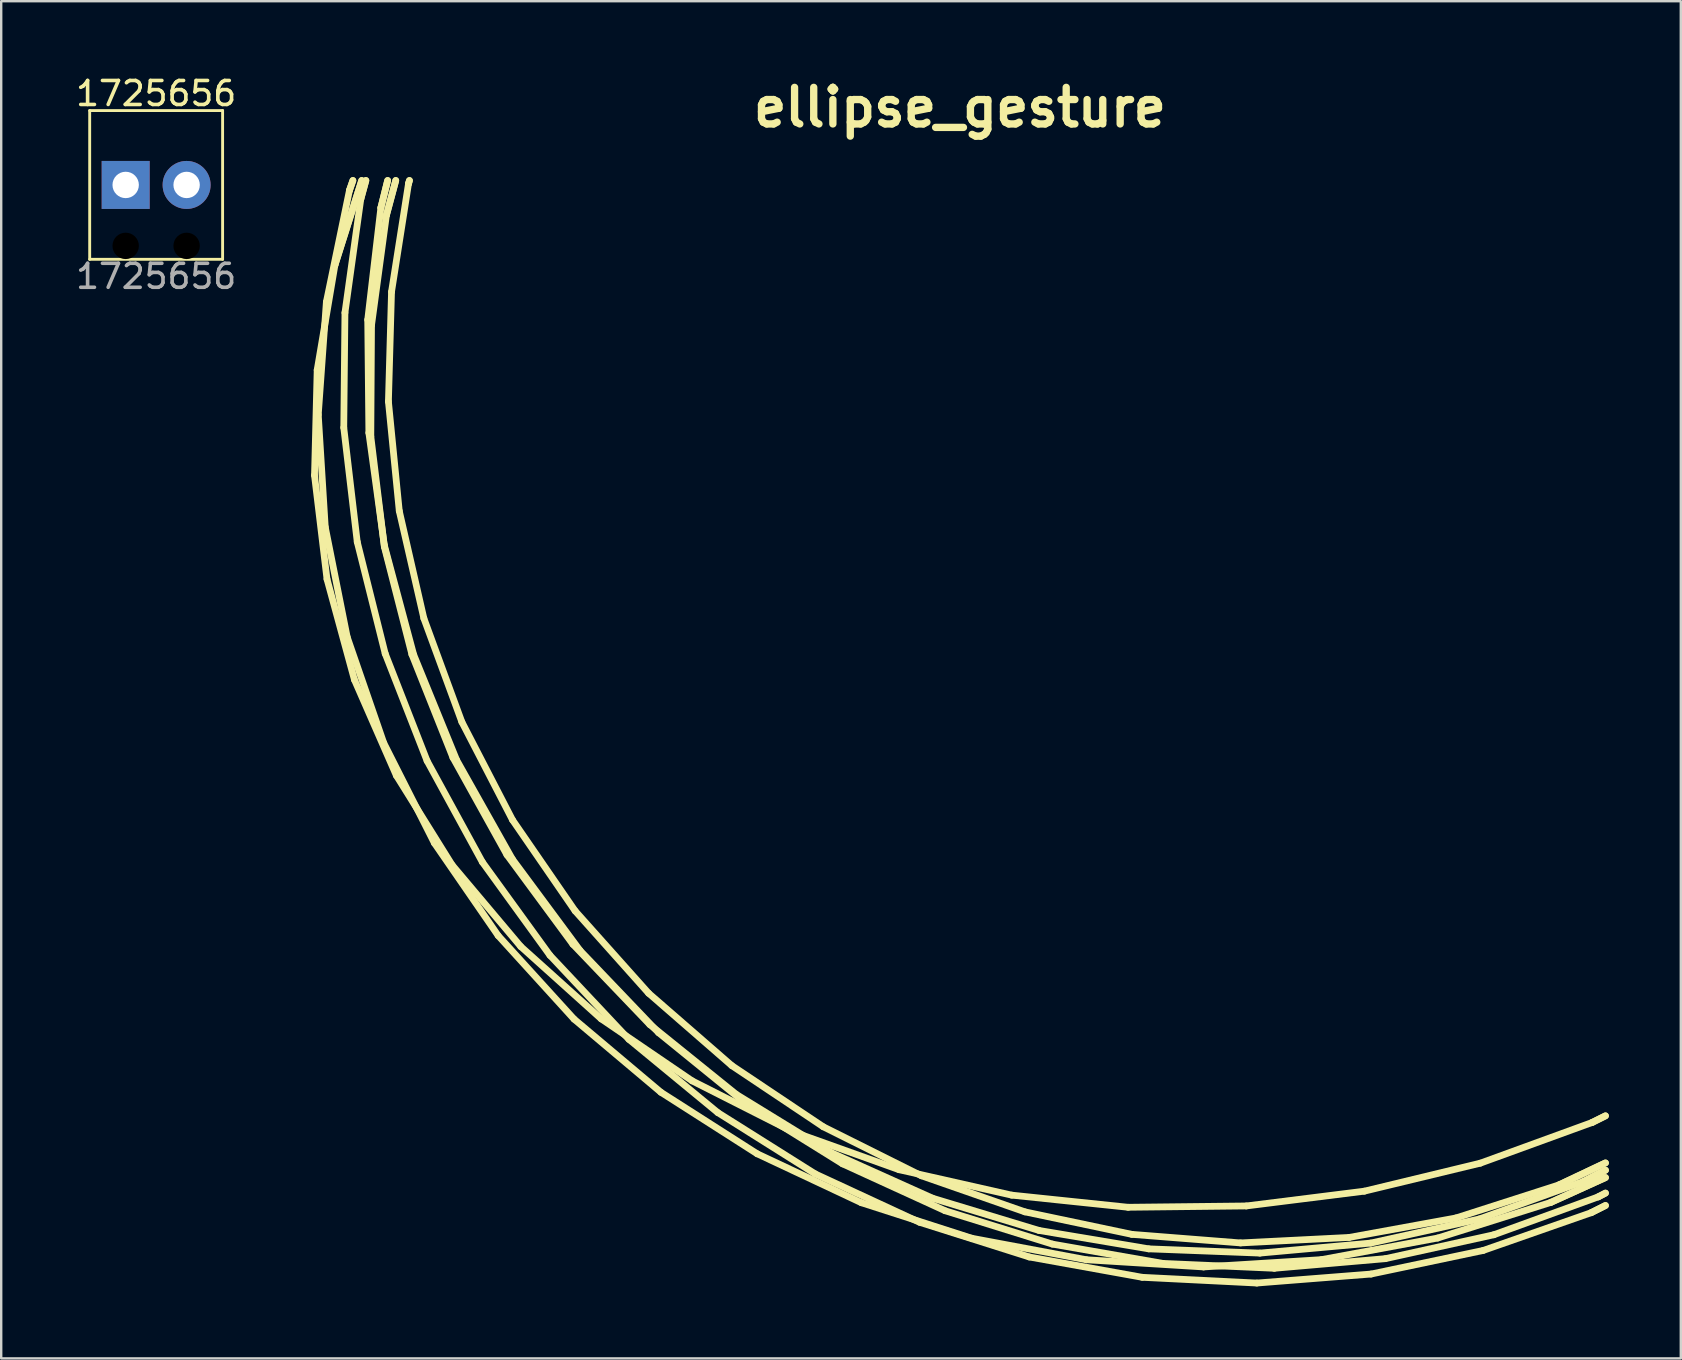
<source format=kicad_pcb>
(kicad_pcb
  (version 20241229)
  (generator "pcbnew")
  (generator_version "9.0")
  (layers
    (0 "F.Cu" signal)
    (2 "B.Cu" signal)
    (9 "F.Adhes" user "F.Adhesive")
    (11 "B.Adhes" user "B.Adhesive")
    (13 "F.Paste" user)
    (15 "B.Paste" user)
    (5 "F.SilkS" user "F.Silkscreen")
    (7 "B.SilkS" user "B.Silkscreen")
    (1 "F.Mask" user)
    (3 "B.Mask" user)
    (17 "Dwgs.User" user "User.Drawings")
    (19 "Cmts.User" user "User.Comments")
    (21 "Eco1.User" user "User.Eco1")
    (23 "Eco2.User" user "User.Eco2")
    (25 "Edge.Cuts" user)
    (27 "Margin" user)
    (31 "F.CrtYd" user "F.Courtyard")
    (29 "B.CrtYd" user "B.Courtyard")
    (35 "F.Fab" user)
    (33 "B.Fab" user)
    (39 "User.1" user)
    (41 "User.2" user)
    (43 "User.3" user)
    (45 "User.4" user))
  (footprint "1725656"
    (layer "F.Cu")
    (at 3.458 4.658)
    (property "Reference" "1725656" (at 0 -3.81 0) (unlocked yes) (layer "F.SilkS") (effects (font (size 1 1) (thickness 0.15))))
    (attr through_hole)
    (fp_line (start -2.77 -3.1) (end 2.77 -3.1) (stroke (width 0.12) (type solid)) (layer "F.SilkS"))
    (fp_line (start -2.77 3.1) (end -2.77 -3.1) (stroke (width 0.12) (type solid)) (layer "F.SilkS"))
    (fp_line (start 2.77 -3.1) (end 2.77 3.1) (stroke (width 0.12) (type solid)) (layer "F.SilkS"))
    (fp_line (start 2.77 3.1) (end -2.77 3.1) (stroke (width 0.12) (type solid)) (layer "F.SilkS"))
    (fp_text user "${REFERENCE}" (at 0 3.81 0) (unlocked yes) (layer "F.Fab") (effects (font (size 1 1) (thickness 0.15))))
    (pad "" np_thru_hole circle (at -1.27 2.54) (size 1.1 1.1) (drill 1.1) (layers "*.Mask"))
    (pad "" np_thru_hole circle (at 1.27 2.54) (size 1.1 1.1) (drill 1.1) (layers "*.Mask"))
    (pad "1" thru_hole rect (at -1.27 0) (size 2 2) (drill 1.1) (layers "*.Cu" "*.Mask"))
    (pad "2" thru_hole circle (at 1.27 0) (size 2 2) (drill 1.1) (layers "*.Cu" "*.Mask")))
  (footprint "ellipse_gesture"
    (layer "F.Cu")
    (at 36.961 27.45)
    (property "Reference" "ellipse_gesture" (at 0 -26.024 0) (layer "F.SilkS") (effects (font (size 1.524 1.524) (thickness 0.305))))
    (attr smd)
    (fp_line (start -26.903 -10.689) (end -26.382 -6.363) (stroke (width 0.282) (type solid)) (layer "F.SilkS"))
    (fp_line (start -26.792 -15.077) (end -26.903 -10.689) (stroke (width 0.282) (type solid)) (layer "F.SilkS"))
    (fp_line (start -26.746 -13.215) (end -26.455 -8.533) (stroke (width 0.282) (type solid)) (layer "F.SilkS"))
    (fp_line (start -26.455 -8.533) (end -25.54 -3.947) (stroke (width 0.282) (type solid)) (layer "F.SilkS"))
    (fp_line (start -26.408 -17.917) (end -26.746 -13.215) (stroke (width 0.282) (type solid)) (layer "F.SilkS"))
    (fp_line (start -26.382 -6.363) (end -25.239 -2.169) (stroke (width 0.282) (type solid)) (layer "F.SilkS"))
    (fp_line (start -26.051 -19.453) (end -26.792 -15.077) (stroke (width 0.282) (type solid)) (layer "F.SilkS"))
    (fp_line (start -26.051 -19.453) (end -24.936 -22.976) (stroke (width 0.282) (type solid)) (layer "F.SilkS"))
    (fp_line (start -25.683 -12.676) (end -25.122 -7.914) (stroke (width 0.282) (type solid)) (layer "F.SilkS"))
    (fp_line (start -25.634 -17.466) (end -25.683 -12.676) (stroke (width 0.282) (type solid)) (layer "F.SilkS"))
    (fp_line (start -25.54 -3.947) (end -24.016 0.468) (stroke (width 0.282) (type solid)) (layer "F.SilkS"))
    (fp_line (start -25.447 -22.562) (end -26.408 -17.917) (stroke (width 0.282) (type solid)) (layer "F.SilkS"))
    (fp_line (start -25.447 -22.562) (end -25.303 -22.976) (stroke (width 0.282) (type solid)) (layer "F.SilkS"))
    (fp_line (start -25.303 -22.976) (end -25.447 -22.562) (stroke (width 0.282) (type solid)) (layer "F.SilkS"))
    (fp_line (start -25.239 -2.169) (end -23.491 1.824) (stroke (width 0.282) (type solid)) (layer "F.SilkS"))
    (fp_line (start -25.122 -7.914) (end -23.957 -3.259) (stroke (width 0.282) (type solid)) (layer "F.SilkS"))
    (fp_line (start -24.973 -22.206) (end -25.634 -17.466) (stroke (width 0.282) (type solid)) (layer "F.SilkS"))
    (fp_line (start -24.973 -22.206) (end -24.762 -22.976) (stroke (width 0.282) (type solid)) (layer "F.SilkS"))
    (fp_line (start -24.936 -22.976) (end -26.051 -19.453) (stroke (width 0.282) (type solid)) (layer "F.SilkS"))
    (fp_line (start -24.762 -22.976) (end -24.973 -22.206) (stroke (width 0.282) (type solid)) (layer "F.SilkS"))
    (fp_line (start -24.685 -17.172) (end -24.637 -12.46) (stroke (width 0.282) (type solid)) (layer "F.SilkS"))
    (fp_line (start -24.637 -12.46) (end -23.994 -7.779) (stroke (width 0.282) (type solid)) (layer "F.SilkS"))
    (fp_line (start -24.556 -12.31) (end -23.992 -7.712) (stroke (width 0.282) (type solid)) (layer "F.SilkS"))
    (fp_line (start -24.527 -16.942) (end -24.556 -12.31) (stroke (width 0.282) (type solid)) (layer "F.SilkS"))
    (fp_line (start -24.137 -21.839) (end -24.685 -17.172) (stroke (width 0.282) (type solid)) (layer "F.SilkS"))
    (fp_line (start -24.137 -21.839) (end -23.854 -22.976) (stroke (width 0.282) (type solid)) (layer "F.SilkS"))
    (fp_line (start -24.016 0.468) (end -21.907 4.638) (stroke (width 0.282) (type solid)) (layer "F.SilkS"))
    (fp_line (start -23.994 -7.779) (end -22.768 -3.208) (stroke (width 0.282) (type solid)) (layer "F.SilkS"))
    (fp_line (start -23.992 -7.712) (end -22.844 -3.225) (stroke (width 0.282) (type solid)) (layer "F.SilkS"))
    (fp_line (start -23.957 -3.259) (end -22.21 1.213) (stroke (width 0.282) (type solid)) (layer "F.SilkS"))
    (fp_line (start -23.905 -21.532) (end -24.527 -16.942) (stroke (width 0.282) (type solid)) (layer "F.SilkS"))
    (fp_line (start -23.905 -21.532) (end -23.517 -22.976) (stroke (width 0.282) (type solid)) (layer "F.SilkS"))
    (fp_line (start -23.854 -22.976) (end -24.137 -21.839) (stroke (width 0.282) (type solid)) (layer "F.SilkS"))
    (fp_line (start -23.822 -13.765) (end -23.37 -9.204) (stroke (width 0.282) (type solid)) (layer "F.SilkS"))
    (fp_line (start -23.693 -18.337) (end -23.822 -13.765) (stroke (width 0.282) (type solid)) (layer "F.SilkS"))
    (fp_line (start -23.517 -22.976) (end -23.905 -21.532) (stroke (width 0.282) (type solid)) (layer "F.SilkS"))
    (fp_line (start -23.491 1.824) (end -21.167 5.551) (stroke (width 0.282) (type solid)) (layer "F.SilkS"))
    (fp_line (start -23.37 -9.204) (end -22.345 -4.728) (stroke (width 0.282) (type solid)) (layer "F.SilkS"))
    (fp_line (start -22.985 -22.844) (end -23.693 -18.337) (stroke (width 0.282) (type solid)) (layer "F.SilkS"))
    (fp_line (start -22.985 -22.844) (end -22.946 -22.976) (stroke (width 0.282) (type solid)) (layer "F.SilkS"))
    (fp_line (start -22.946 -22.976) (end -22.985 -22.844) (stroke (width 0.282) (type solid)) (layer "F.SilkS"))
    (fp_line (start -22.844 -3.225) (end -21.131 1.079) (stroke (width 0.282) (type solid)) (layer "F.SilkS"))
    (fp_line (start -22.768 -3.208) (end -20.978 1.18) (stroke (width 0.282) (type solid)) (layer "F.SilkS"))
    (fp_line (start -22.345 -4.728) (end -20.762 -0.411) (stroke (width 0.282) (type solid)) (layer "F.SilkS"))
    (fp_line (start -22.21 1.213) (end -19.908 5.428) (stroke (width 0.282) (type solid)) (layer "F.SilkS"))
    (fp_line (start -21.907 4.638) (end -19.249 8.495) (stroke (width 0.282) (type solid)) (layer "F.SilkS"))
    (fp_line (start -21.167 5.551) (end -18.306 8.95) (stroke (width 0.282) (type solid)) (layer "F.SilkS"))
    (fp_line (start -21.131 1.079) (end -18.882 5.129) (stroke (width 0.282) (type solid)) (layer "F.SilkS"))
    (fp_line (start -20.978 1.18) (end -18.654 5.311) (stroke (width 0.282) (type solid)) (layer "F.SilkS"))
    (fp_line (start -20.762 -0.411) (end -18.649 3.676) (stroke (width 0.282) (type solid)) (layer "F.SilkS"))
    (fp_line (start -19.908 5.428) (end -17.089 9.318) (stroke (width 0.282) (type solid)) (layer "F.SilkS"))
    (fp_line (start -19.249 8.495) (end -16.084 11.976) (stroke (width 0.282) (type solid)) (layer "F.SilkS"))
    (fp_line (start -18.882 5.129) (end -16.132 8.858) (stroke (width 0.282) (type solid)) (layer "F.SilkS"))
    (fp_line (start -18.654 5.311) (end -15.833 9.119) (stroke (width 0.282) (type solid)) (layer "F.SilkS"))
    (fp_line (start -18.649 3.676) (end -16.04 7.466) (stroke (width 0.282) (type solid)) (layer "F.SilkS"))
    (fp_line (start -18.306 8.95) (end -14.954 11.965) (stroke (width 0.282) (type solid)) (layer "F.SilkS"))
    (fp_line (start -17.089 9.318) (end -13.8 12.818) (stroke (width 0.282) (type solid)) (layer "F.SilkS"))
    (fp_line (start -16.132 8.858) (end -12.927 12.204) (stroke (width 0.282) (type solid)) (layer "F.SilkS"))
    (fp_line (start -16.084 11.976) (end -12.466 15.024) (stroke (width 0.282) (type solid)) (layer "F.SilkS"))
    (fp_line (start -16.04 7.466) (end -12.977 10.897) (stroke (width 0.282) (type solid)) (layer "F.SilkS"))
    (fp_line (start -15.833 9.119) (end -12.563 12.541) (stroke (width 0.282) (type solid)) (layer "F.SilkS"))
    (fp_line (start -14.954 11.965) (end -11.167 14.547) (stroke (width 0.282) (type solid)) (layer "F.SilkS"))
    (fp_line (start -13.8 12.818) (end -10.094 15.872) (stroke (width 0.282) (type solid)) (layer "F.SilkS"))
    (fp_line (start -12.977 10.897) (end -9.512 13.912) (stroke (width 0.282) (type solid)) (layer "F.SilkS"))
    (fp_line (start -12.927 12.204) (end -9.321 15.114) (stroke (width 0.282) (type solid)) (layer "F.SilkS"))
    (fp_line (start -12.563 12.541) (end -8.896 15.52) (stroke (width 0.282) (type solid)) (layer "F.SilkS"))
    (fp_line (start -12.466 15.024) (end -8.453 17.588) (stroke (width 0.282) (type solid)) (layer "F.SilkS"))
    (fp_line (start -11.167 14.547) (end -7.007 16.654) (stroke (width 0.282) (type solid)) (layer "F.SilkS"))
    (fp_line (start -10.094 15.872) (end -6.032 18.428) (stroke (width 0.282) (type solid)) (layer "F.SilkS"))
    (fp_line (start -9.512 13.912) (end -5.7 16.462) (stroke (width 0.282) (type solid)) (layer "F.SilkS"))
    (fp_line (start -9.321 15.114) (end -5.371 17.539) (stroke (width 0.282) (type solid)) (layer "F.SilkS"))
    (fp_line (start -8.896 15.52) (end -4.894 18.007) (stroke (width 0.282) (type solid)) (layer "F.SilkS"))
    (fp_line (start -8.453 17.588) (end -4.111 19.628) (stroke (width 0.282) (type solid)) (layer "F.SilkS"))
    (fp_line (start -7.007 16.654) (end -2.542 18.251) (stroke (width 0.282) (type solid)) (layer "F.SilkS"))
    (fp_line (start -6.032 18.428) (end -1.682 20.444) (stroke (width 0.282) (type solid)) (layer "F.SilkS"))
    (fp_line (start -5.7 16.462) (end -1.605 18.506) (stroke (width 0.282) (type solid)) (layer "F.SilkS"))
    (fp_line (start -5.371 17.539) (end -1.143 19.44) (stroke (width 0.282) (type solid)) (layer "F.SilkS"))
    (fp_line (start -4.894 18.007) (end -0.621 19.962) (stroke (width 0.282) (type solid)) (layer "F.SilkS"))
    (fp_line (start -4.111 19.628) (end 0.488 21.108) (stroke (width 0.282) (type solid)) (layer "F.SilkS"))
    (fp_line (start -2.542 18.251) (end 2.155 19.312) (stroke (width 0.282) (type solid)) (layer "F.SilkS"))
    (fp_line (start -1.682 20.444) (end 2.886 21.889) (stroke (width 0.282) (type solid)) (layer "F.SilkS"))
    (fp_line (start -1.605 18.506) (end 2.707 20.009) (stroke (width 0.282) (type solid)) (layer "F.SilkS"))
    (fp_line (start -1.143 19.44) (end 3.293 20.784) (stroke (width 0.282) (type solid)) (layer "F.SilkS"))
    (fp_line (start -0.621 19.962) (end 3.852 21.353) (stroke (width 0.282) (type solid)) (layer "F.SilkS"))
    (fp_line (start 0.488 21.108) (end 5.269 22.005) (stroke (width 0.282) (type solid)) (layer "F.SilkS"))
    (fp_line (start 2.155 19.312) (end 7.006 19.818) (stroke (width 0.282) (type solid)) (layer "F.SilkS"))
    (fp_line (start 2.707 20.009) (end 7.163 20.947) (stroke (width 0.282) (type solid)) (layer "F.SilkS"))
    (fp_line (start 2.886 21.889) (end 7.596 22.737) (stroke (width 0.282) (type solid)) (layer "F.SilkS"))
    (fp_line (start 3.293 20.784) (end 7.866 21.551) (stroke (width 0.282) (type solid)) (layer "F.SilkS"))
    (fp_line (start 3.852 21.353) (end 8.452 22.157) (stroke (width 0.282) (type solid)) (layer "F.SilkS"))
    (fp_line (start 5.269 22.005) (end 10.153 22.305) (stroke (width 0.282) (type solid)) (layer "F.SilkS"))
    (fp_line (start 7.006 19.818) (end 11.932 19.763) (stroke (width 0.282) (type solid)) (layer "F.SilkS"))
    (fp_line (start 7.163 20.947) (end 11.693 21.304) (stroke (width 0.282) (type solid)) (layer "F.SilkS"))
    (fp_line (start 7.596 22.737) (end 12.372 22.976) (stroke (width 0.282) (type solid)) (layer "F.SilkS"))
    (fp_line (start 7.866 21.551) (end 12.499 21.728) (stroke (width 0.282) (type solid)) (layer "F.SilkS"))
    (fp_line (start 8.452 22.157) (end 13.102 22.361) (stroke (width 0.282) (type solid)) (layer "F.SilkS"))
    (fp_line (start 10.153 22.305) (end 15.061 22.001) (stroke (width 0.282) (type solid)) (layer "F.SilkS"))
    (fp_line (start 11.693 21.304) (end 16.22 21.075) (stroke (width 0.282) (type solid)) (layer "F.SilkS"))
    (fp_line (start 11.932 19.763) (end 16.853 19.147) (stroke (width 0.282) (type solid)) (layer "F.SilkS"))
    (fp_line (start 12.372 22.976) (end 17.134 22.601) (stroke (width 0.282) (type solid)) (layer "F.SilkS"))
    (fp_line (start 12.499 21.728) (end 17.116 21.311) (stroke (width 0.282) (type solid)) (layer "F.SilkS"))
    (fp_line (start 13.102 22.361) (end 17.728 21.96) (stroke (width 0.282) (type solid)) (layer "F.SilkS"))
    (fp_line (start 15.061 22.001) (end 19.911 21.1) (stroke (width 0.282) (type solid)) (layer "F.SilkS"))
    (fp_line (start 16.22 21.075) (end 20.67 20.264) (stroke (width 0.282) (type solid)) (layer "F.SilkS"))
    (fp_line (start 16.853 19.147) (end 21.686 17.98) (stroke (width 0.282) (type solid)) (layer "F.SilkS"))
    (fp_line (start 17.116 21.311) (end 21.643 20.307) (stroke (width 0.282) (type solid)) (layer "F.SilkS"))
    (fp_line (start 17.134 22.601) (end 21.805 21.618) (stroke (width 0.282) (type solid)) (layer "F.SilkS"))
    (fp_line (start 17.728 21.96) (end 22.252 20.963) (stroke (width 0.282) (type solid)) (layer "F.SilkS"))
    (fp_line (start 19.911 21.1) (end 24.624 19.615) (stroke (width 0.282) (type solid)) (layer "F.SilkS"))
    (fp_line (start 20.67 20.264) (end 24.971 18.883) (stroke (width 0.282) (type solid)) (layer "F.SilkS"))
    (fp_line (start 21.643 20.307) (end 26.004 18.734) (stroke (width 0.282) (type solid)) (layer "F.SilkS"))
    (fp_line (start 21.686 17.98) (end 26.353 16.281) (stroke (width 0.282) (type solid)) (layer "F.SilkS"))
    (fp_line (start 21.805 21.618) (end 26.308 20.043) (stroke (width 0.282) (type solid)) (layer "F.SilkS"))
    (fp_line (start 22.252 20.963) (end 26.601 19.384) (stroke (width 0.282) (type solid)) (layer "F.SilkS"))
    (fp_line (start 24.624 19.615) (end 26.903 18.58) (stroke (width 0.282) (type solid)) (layer "F.SilkS"))
    (fp_line (start 24.971 18.883) (end 26.903 17.97) (stroke (width 0.282) (type solid)) (layer "F.SilkS"))
    (fp_line (start 26.004 18.734) (end 26.903 18.272) (stroke (width 0.282) (type solid)) (layer "F.SilkS"))
    (fp_line (start 26.308 20.043) (end 26.903 19.744) (stroke (width 0.282) (type solid)) (layer "F.SilkS"))
    (fp_line (start 26.353 16.281) (end 26.903 16.007) (stroke (width 0.282) (type solid)) (layer "F.SilkS"))
    (fp_line (start 26.601 19.384) (end 26.903 19.227) (stroke (width 0.282) (type solid)) (layer "F.SilkS"))
    (fp_line (start 26.903 16.007) (end 26.353 16.281) (stroke (width 0.282) (type solid)) (layer "F.SilkS"))
    (fp_line (start 26.903 17.97) (end 24.971 18.883) (stroke (width 0.282) (type solid)) (layer "F.SilkS"))
    (fp_line (start 26.903 18.272) (end 26.004 18.734) (stroke (width 0.282) (type solid)) (layer "F.SilkS"))
    (fp_line (start 26.903 18.58) (end 24.624 19.615) (stroke (width 0.282) (type solid)) (layer "F.SilkS"))
    (fp_line (start 26.903 19.227) (end 26.601 19.384) (stroke (width 0.282) (type solid)) (layer "F.SilkS"))
    (fp_line (start 26.903 19.744) (end 26.308 20.043) (stroke (width 0.282) (type solid)) (layer "F.SilkS")))
  (gr_rect
    (start -3 -3)
    (end 67.004 53.567)
    (stroke (width 0.1) (type default))
    (fill no)
    (layer "Edge.Cuts")))
</source>
